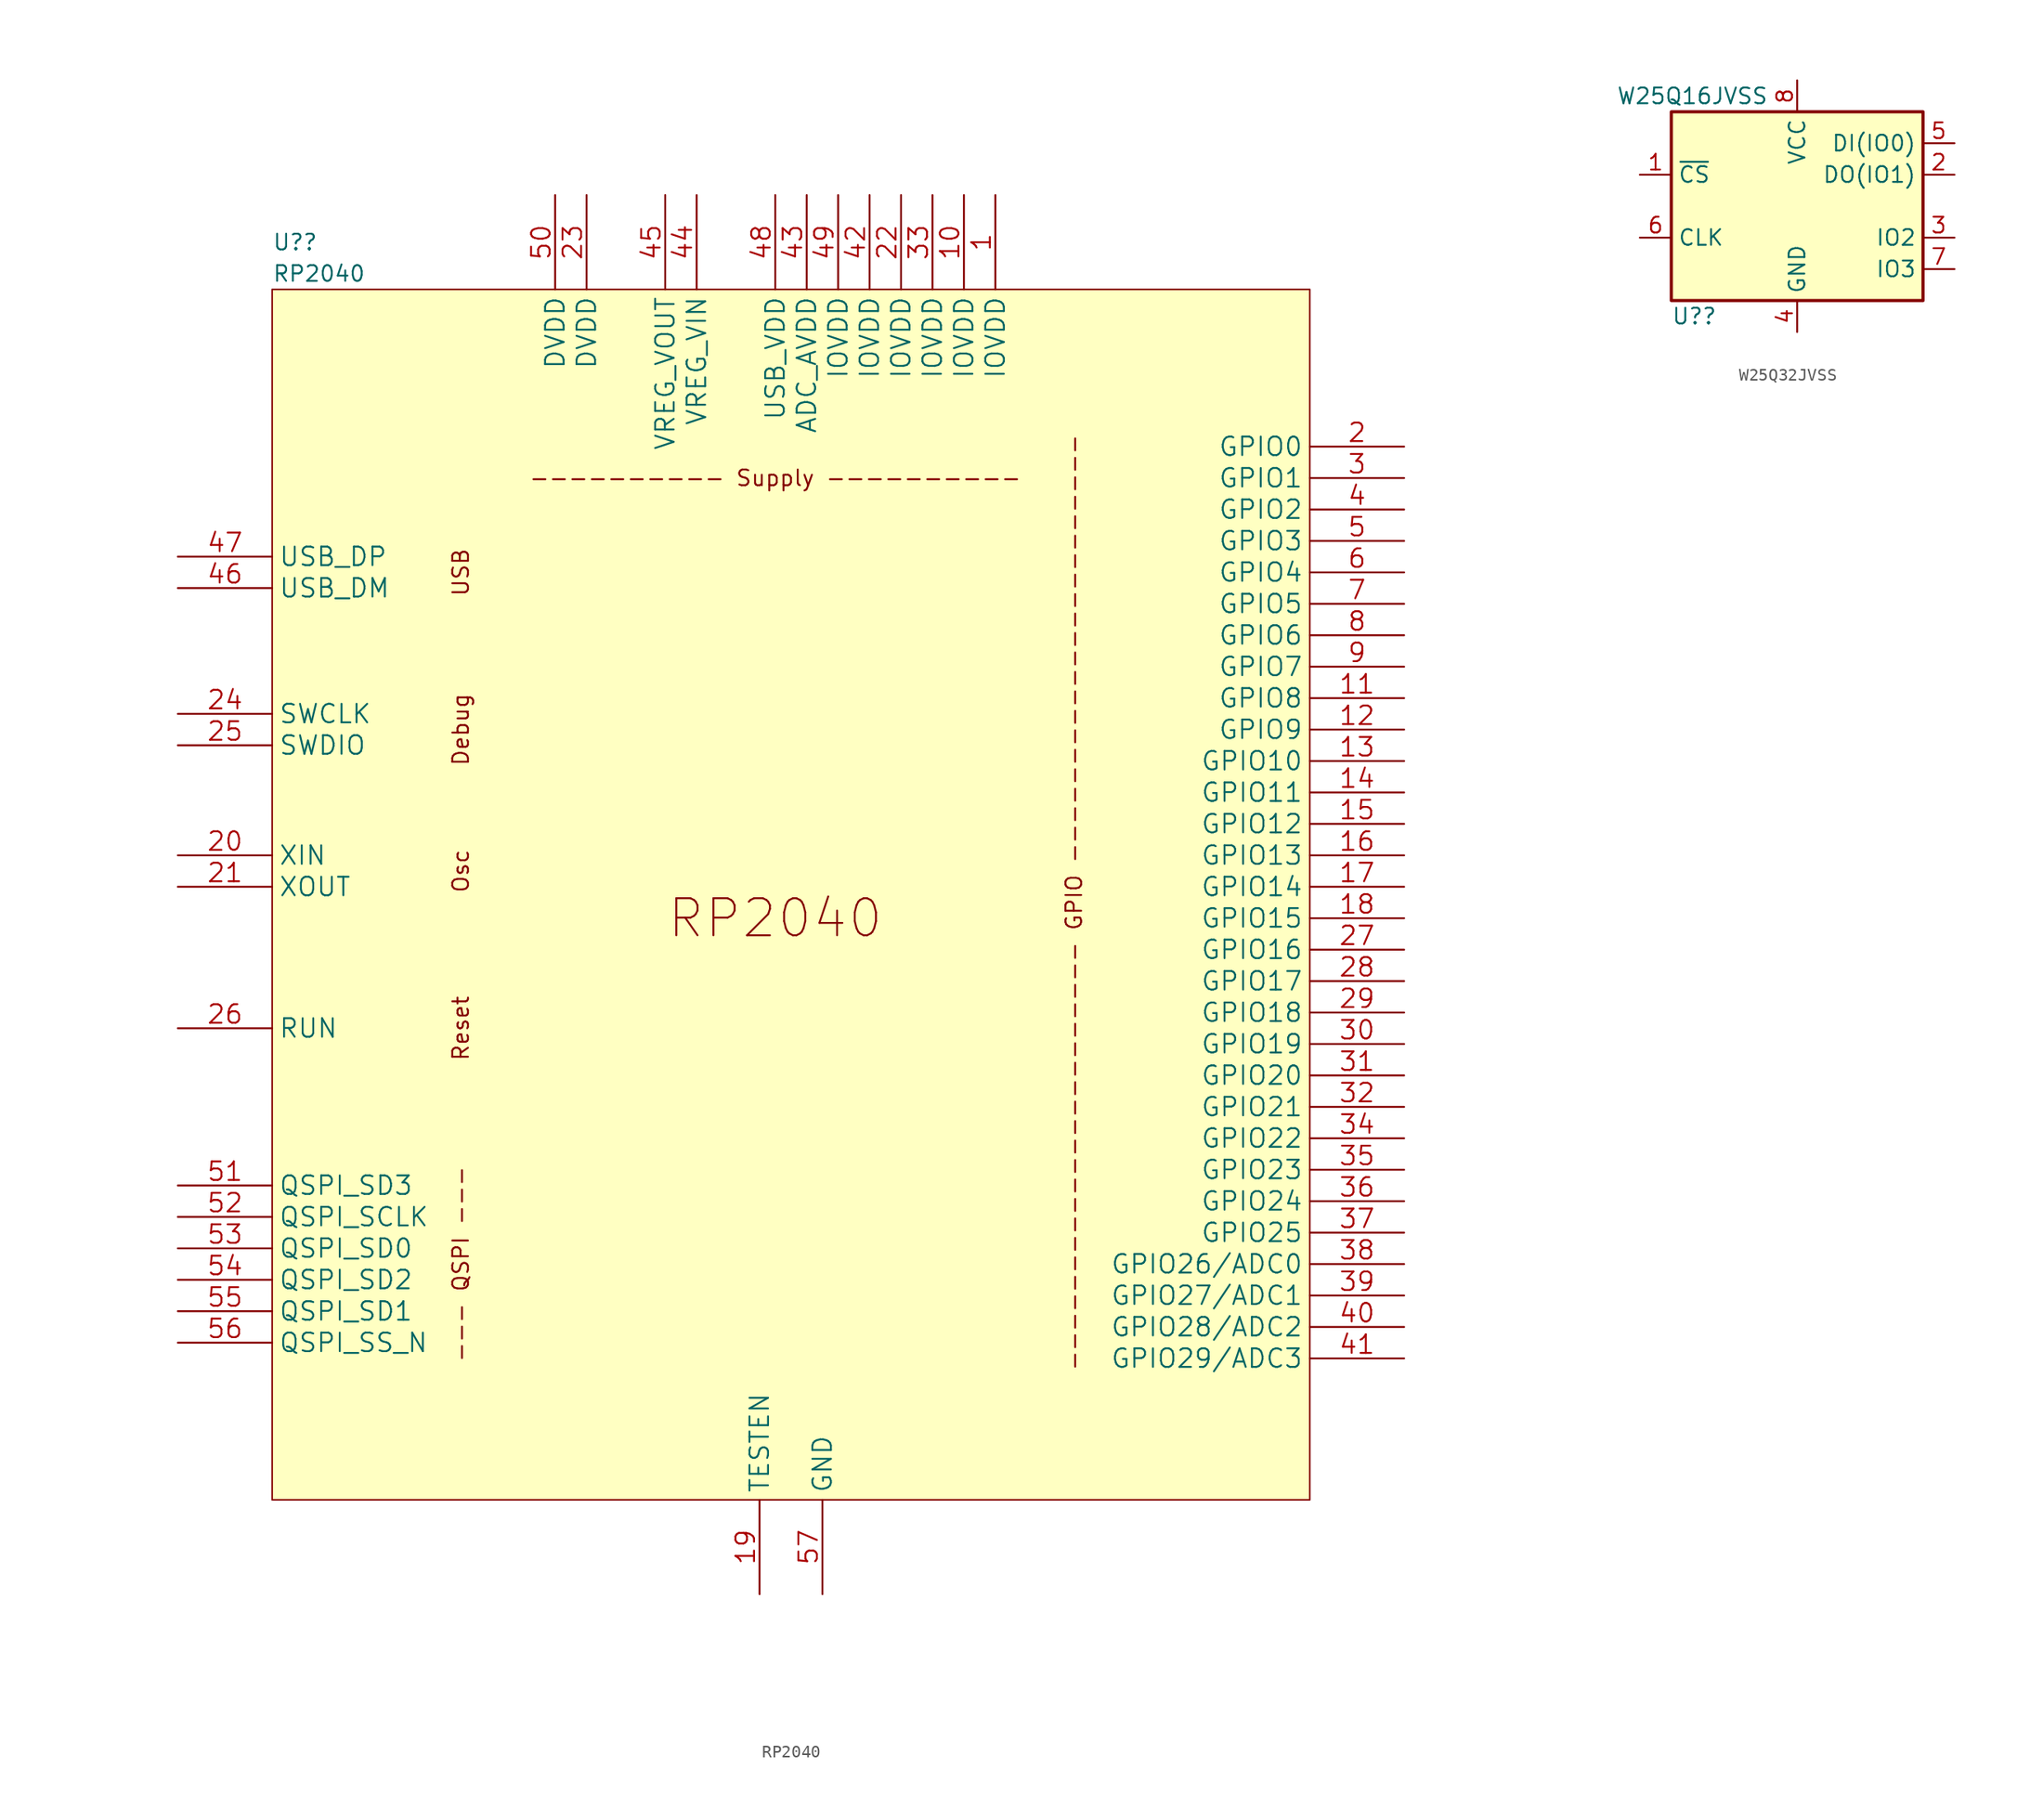
<source format=kicad_sym>
(kicad_symbol_lib
  (version 20211014)
  (generator kicad_symbol_editor)
  (symbol "RP2040"
    (property "Reference" "U?"
      (at -41.91 54.61 0)
      (effects (font (size 1.27 1.27)) (justify left)))
    (property "Value" "RP2040"
      (at -41.91 52.07 0)
      (effects (font (size 1.27 1.27)) (justify left)))
    (symbol "RP2040_1_1"
      (rectangle (start -41.91 50.8) (end 41.91 -46.99) (stroke (width 0.127) (type default) (color 0 0 0 0)) (fill (type background)))
      (text "--- QSPI ---" (at -26.67 -27.94 900) (effects (font (size 1.27 1.27))))
      (text "---------- Supply ----------" (at -1.27 35.56 0) (effects (font (size 1.27 1.27))))
      (text "---------------------- GPIO ----------------------" (at 22.86 1.27 900) (effects (font (size 1.27 1.27))))
      (text "Debug" (at -26.67 15.24 900) (effects (font (size 1.27 1.27))))
      (text "Osc" (at -26.67 3.81 900) (effects (font (size 1.27 1.27))))
      (text "Reset" (at -26.67 -8.89 900) (effects (font (size 1.27 1.27))))
      (text "RP2040" (at -1.27 0 0) (effects (font (size 2.997 2.997))))
      (text "USB" (at -26.67 27.94 900) (effects (font (size 1.27 1.27))))
      (pin power_in line (at 16.51 58.42 270) (length 7.62) (name "IOVDD" (effects (font (size 1.499 1.499)))) (number "1" (effects (font (size 1.499 1.499)))))
      (pin power_in line (at 13.97 58.42 270) (length 7.62) (name "IOVDD" (effects (font (size 1.499 1.499)))) (number "10" (effects (font (size 1.499 1.499)))))
      (pin bidirectional line (at 49.53 17.78 180) (length 7.62) (name "GPIO8" (effects (font (size 1.499 1.499)))) (number "11" (effects (font (size 1.499 1.499)))))
      (pin bidirectional line (at 49.53 15.24 180) (length 7.62) (name "GPIO9" (effects (font (size 1.499 1.499)))) (number "12" (effects (font (size 1.499 1.499)))))
      (pin bidirectional line (at 49.53 12.7 180) (length 7.62) (name "GPIO10" (effects (font (size 1.499 1.499)))) (number "13" (effects (font (size 1.499 1.499)))))
      (pin bidirectional line (at 49.53 10.16 180) (length 7.62) (name "GPIO11" (effects (font (size 1.499 1.499)))) (number "14" (effects (font (size 1.499 1.499)))))
      (pin bidirectional line (at 49.53 7.62 180) (length 7.62) (name "GPIO12" (effects (font (size 1.499 1.499)))) (number "15" (effects (font (size 1.499 1.499)))))
      (pin bidirectional line (at 49.53 5.08 180) (length 7.62) (name "GPIO13" (effects (font (size 1.499 1.499)))) (number "16" (effects (font (size 1.499 1.499)))))
      (pin bidirectional line (at 49.53 2.54 180) (length 7.62) (name "GPIO14" (effects (font (size 1.499 1.499)))) (number "17" (effects (font (size 1.499 1.499)))))
      (pin bidirectional line (at 49.53 0 180) (length 7.62) (name "GPIO15" (effects (font (size 1.499 1.499)))) (number "18" (effects (font (size 1.499 1.499)))))
      (pin unspecified line (at -2.54 -54.61 90) (length 7.62) (name "TESTEN" (effects (font (size 1.499 1.499)))) (number "19" (effects (font (size 1.499 1.499)))))
      (pin bidirectional line (at 49.53 38.1 180) (length 7.62) (name "GPIO0" (effects (font (size 1.499 1.499)))) (number "2" (effects (font (size 1.499 1.499)))))
      (pin input line (at -49.53 5.08 0) (length 7.62) (name "XIN" (effects (font (size 1.499 1.499)))) (number "20" (effects (font (size 1.499 1.499)))))
      (pin output line (at -49.53 2.54 0) (length 7.62) (name "XOUT" (effects (font (size 1.499 1.499)))) (number "21" (effects (font (size 1.499 1.499)))))
      (pin power_in line (at 8.89 58.42 270) (length 7.62) (name "IOVDD" (effects (font (size 1.499 1.499)))) (number "22" (effects (font (size 1.499 1.499)))))
      (pin power_in line (at -16.51 58.42 270) (length 7.62) (name "DVDD" (effects (font (size 1.499 1.499)))) (number "23" (effects (font (size 1.499 1.499)))))
      (pin unspecified line (at -49.53 16.51 0) (length 7.62) (name "SWCLK" (effects (font (size 1.499 1.499)))) (number "24" (effects (font (size 1.499 1.499)))))
      (pin unspecified line (at -49.53 13.97 0) (length 7.62) (name "SWDIO" (effects (font (size 1.499 1.499)))) (number "25" (effects (font (size 1.499 1.499)))))
      (pin input line (at -49.53 -8.89 0) (length 7.62) (name "RUN" (effects (font (size 1.499 1.499)))) (number "26" (effects (font (size 1.499 1.499)))))
      (pin bidirectional line (at 49.53 -2.54 180) (length 7.62) (name "GPIO16" (effects (font (size 1.499 1.499)))) (number "27" (effects (font (size 1.499 1.499)))))
      (pin bidirectional line (at 49.53 -5.08 180) (length 7.62) (name "GPIO17" (effects (font (size 1.499 1.499)))) (number "28" (effects (font (size 1.499 1.499)))))
      (pin bidirectional line (at 49.53 -7.62 180) (length 7.62) (name "GPIO18" (effects (font (size 1.499 1.499)))) (number "29" (effects (font (size 1.499 1.499)))))
      (pin bidirectional line (at 49.53 35.56 180) (length 7.62) (name "GPIO1" (effects (font (size 1.499 1.499)))) (number "3" (effects (font (size 1.499 1.499)))))
      (pin bidirectional line (at 49.53 -10.16 180) (length 7.62) (name "GPIO19" (effects (font (size 1.499 1.499)))) (number "30" (effects (font (size 1.499 1.499)))))
      (pin bidirectional line (at 49.53 -12.7 180) (length 7.62) (name "GPIO20" (effects (font (size 1.499 1.499)))) (number "31" (effects (font (size 1.499 1.499)))))
      (pin bidirectional line (at 49.53 -15.24 180) (length 7.62) (name "GPIO21" (effects (font (size 1.499 1.499)))) (number "32" (effects (font (size 1.499 1.499)))))
      (pin power_in line (at 11.43 58.42 270) (length 7.62) (name "IOVDD" (effects (font (size 1.499 1.499)))) (number "33" (effects (font (size 1.499 1.499)))))
      (pin bidirectional line (at 49.53 -17.78 180) (length 7.62) (name "GPIO22" (effects (font (size 1.499 1.499)))) (number "34" (effects (font (size 1.499 1.499)))))
      (pin bidirectional line (at 49.53 -20.32 180) (length 7.62) (name "GPIO23" (effects (font (size 1.499 1.499)))) (number "35" (effects (font (size 1.499 1.499)))))
      (pin bidirectional line (at 49.53 -22.86 180) (length 7.62) (name "GPIO24" (effects (font (size 1.499 1.499)))) (number "36" (effects (font (size 1.499 1.499)))))
      (pin bidirectional line (at 49.53 -25.4 180) (length 7.62) (name "GPIO25" (effects (font (size 1.499 1.499)))) (number "37" (effects (font (size 1.499 1.499)))))
      (pin bidirectional line (at 49.53 -27.94 180) (length 7.62) (name "GPIO26/ADC0" (effects (font (size 1.499 1.499)))) (number "38" (effects (font (size 1.499 1.499)))))
      (pin bidirectional line (at 49.53 -30.48 180) (length 7.62) (name "GPIO27/ADC1" (effects (font (size 1.499 1.499)))) (number "39" (effects (font (size 1.499 1.499)))))
      (pin bidirectional line (at 49.53 33.02 180) (length 7.62) (name "GPIO2" (effects (font (size 1.499 1.499)))) (number "4" (effects (font (size 1.499 1.499)))))
      (pin bidirectional line (at 49.53 -33.02 180) (length 7.62) (name "GPIO28/ADC2" (effects (font (size 1.499 1.499)))) (number "40" (effects (font (size 1.499 1.499)))))
      (pin bidirectional line (at 49.53 -35.56 180) (length 7.62) (name "GPIO29/ADC3" (effects (font (size 1.499 1.499)))) (number "41" (effects (font (size 1.499 1.499)))))
      (pin power_in line (at 6.35 58.42 270) (length 7.62) (name "IOVDD" (effects (font (size 1.499 1.499)))) (number "42" (effects (font (size 1.499 1.499)))))
      (pin power_in line (at 1.27 58.42 270) (length 7.62) (name "ADC_AVDD" (effects (font (size 1.499 1.499)))) (number "43" (effects (font (size 1.499 1.499)))))
      (pin power_in line (at -7.62 58.42 270) (length 7.62) (name "VREG_VIN" (effects (font (size 1.499 1.499)))) (number "44" (effects (font (size 1.499 1.499)))))
      (pin power_out line (at -10.16 58.42 270) (length 7.62) (name "VREG_VOUT" (effects (font (size 1.499 1.499)))) (number "45" (effects (font (size 1.499 1.499)))))
      (pin unspecified line (at -49.53 26.67 0) (length 7.62) (name "USB_DM" (effects (font (size 1.499 1.499)))) (number "46" (effects (font (size 1.499 1.499)))))
      (pin unspecified line (at -49.53 29.21 0) (length 7.62) (name "USB_DP" (effects (font (size 1.499 1.499)))) (number "47" (effects (font (size 1.499 1.499)))))
      (pin power_in line (at -1.27 58.42 270) (length 7.62) (name "USB_VDD" (effects (font (size 1.499 1.499)))) (number "48" (effects (font (size 1.499 1.499)))))
      (pin power_in line (at 3.81 58.42 270) (length 7.62) (name "IOVDD" (effects (font (size 1.499 1.499)))) (number "49" (effects (font (size 1.499 1.499)))))
      (pin bidirectional line (at 49.53 30.48 180) (length 7.62) (name "GPIO3" (effects (font (size 1.499 1.499)))) (number "5" (effects (font (size 1.499 1.499)))))
      (pin power_in line (at -19.05 58.42 270) (length 7.62) (name "DVDD" (effects (font (size 1.499 1.499)))) (number "50" (effects (font (size 1.499 1.499)))))
      (pin bidirectional line (at -49.53 -21.59 0) (length 7.62) (name "QSPI_SD3" (effects (font (size 1.499 1.499)))) (number "51" (effects (font (size 1.499 1.499)))))
      (pin unspecified line (at -49.53 -24.13 0) (length 7.62) (name "QSPI_SCLK" (effects (font (size 1.499 1.499)))) (number "52" (effects (font (size 1.499 1.499)))))
      (pin bidirectional line (at -49.53 -26.67 0) (length 7.62) (name "QSPI_SD0" (effects (font (size 1.499 1.499)))) (number "53" (effects (font (size 1.499 1.499)))))
      (pin bidirectional line (at -49.53 -29.21 0) (length 7.62) (name "QSPI_SD2" (effects (font (size 1.499 1.499)))) (number "54" (effects (font (size 1.499 1.499)))))
      (pin bidirectional line (at -49.53 -31.75 0) (length 7.62) (name "QSPI_SD1" (effects (font (size 1.499 1.499)))) (number "55" (effects (font (size 1.499 1.499)))))
      (pin unspecified line (at -49.53 -34.29 0) (length 7.62) (name "QSPI_SS_N" (effects (font (size 1.499 1.499)))) (number "56" (effects (font (size 1.499 1.499)))))
      (pin power_in line (at 2.54 -54.61 90) (length 7.62) (name "GND" (effects (font (size 1.499 1.499)))) (number "57" (effects (font (size 1.499 1.499)))))
      (pin bidirectional line (at 49.53 27.94 180) (length 7.62) (name "GPIO4" (effects (font (size 1.499 1.499)))) (number "6" (effects (font (size 1.499 1.499)))))
      (pin bidirectional line (at 49.53 25.4 180) (length 7.62) (name "GPIO5" (effects (font (size 1.499 1.499)))) (number "7" (effects (font (size 1.499 1.499)))))
      (pin bidirectional line (at 49.53 22.86 180) (length 7.62) (name "GPIO6" (effects (font (size 1.499 1.499)))) (number "8" (effects (font (size 1.499 1.499)))))
      (pin bidirectional line (at 49.53 20.32 180) (length 7.62) (name "GPIO7" (effects (font (size 1.499 1.499)))) (number "9" (effects (font (size 1.499 1.499)))))))
  (symbol "W25Q32JVSS"
    (property "Reference" "U?"
      (at -10.16 -8.89 0)
      (effects (font (size 1.27 1.27)) (justify left)))
    (property "Value" "W25Q16JVSS"
      (at -14.605 8.89 0)
      (effects (font (size 1.27 1.27)) (justify left)))
    (symbol "W25Q32JVSS_0_1"
      (rectangle (start -10.16 7.62) (end 10.16 -7.62) (stroke (width 0.254) (type default) (color 0 0 0 0)) (fill (type background))))
    (symbol "W25Q32JVSS_1_1"
      (pin input line (at -12.7 2.54 0) (length 2.54) (name "~{CS}" (effects (font (size 1.27 1.27)))) (number "1" (effects (font (size 1.27 1.27)))))
      (pin bidirectional line (at 12.7 2.54 180) (length 2.54) (name "DO(IO1)" (effects (font (size 1.27 1.27)))) (number "2" (effects (font (size 1.27 1.27)))))
      (pin bidirectional line (at 12.7 -2.54 180) (length 2.54) (name "IO2" (effects (font (size 1.27 1.27)))) (number "3" (effects (font (size 1.27 1.27)))))
      (pin power_in line (at 0 -10.16 90) (length 2.54) (name "GND" (effects (font (size 1.27 1.27)))) (number "4" (effects (font (size 1.27 1.27)))))
      (pin bidirectional line (at 12.7 5.08 180) (length 2.54) (name "DI(IO0)" (effects (font (size 1.27 1.27)))) (number "5" (effects (font (size 1.27 1.27)))))
      (pin input line (at -12.7 -2.54 0) (length 2.54) (name "CLK" (effects (font (size 1.27 1.27)))) (number "6" (effects (font (size 1.27 1.27)))))
      (pin bidirectional line (at 12.7 -5.08 180) (length 2.54) (name "IO3" (effects (font (size 1.27 1.27)))) (number "7" (effects (font (size 1.27 1.27)))))
      (pin power_in line (at 0 10.16 270) (length 2.54) (name "VCC" (effects (font (size 1.27 1.27)))) (number "8" (effects (font (size 1.27 1.27))))))))
</source>
